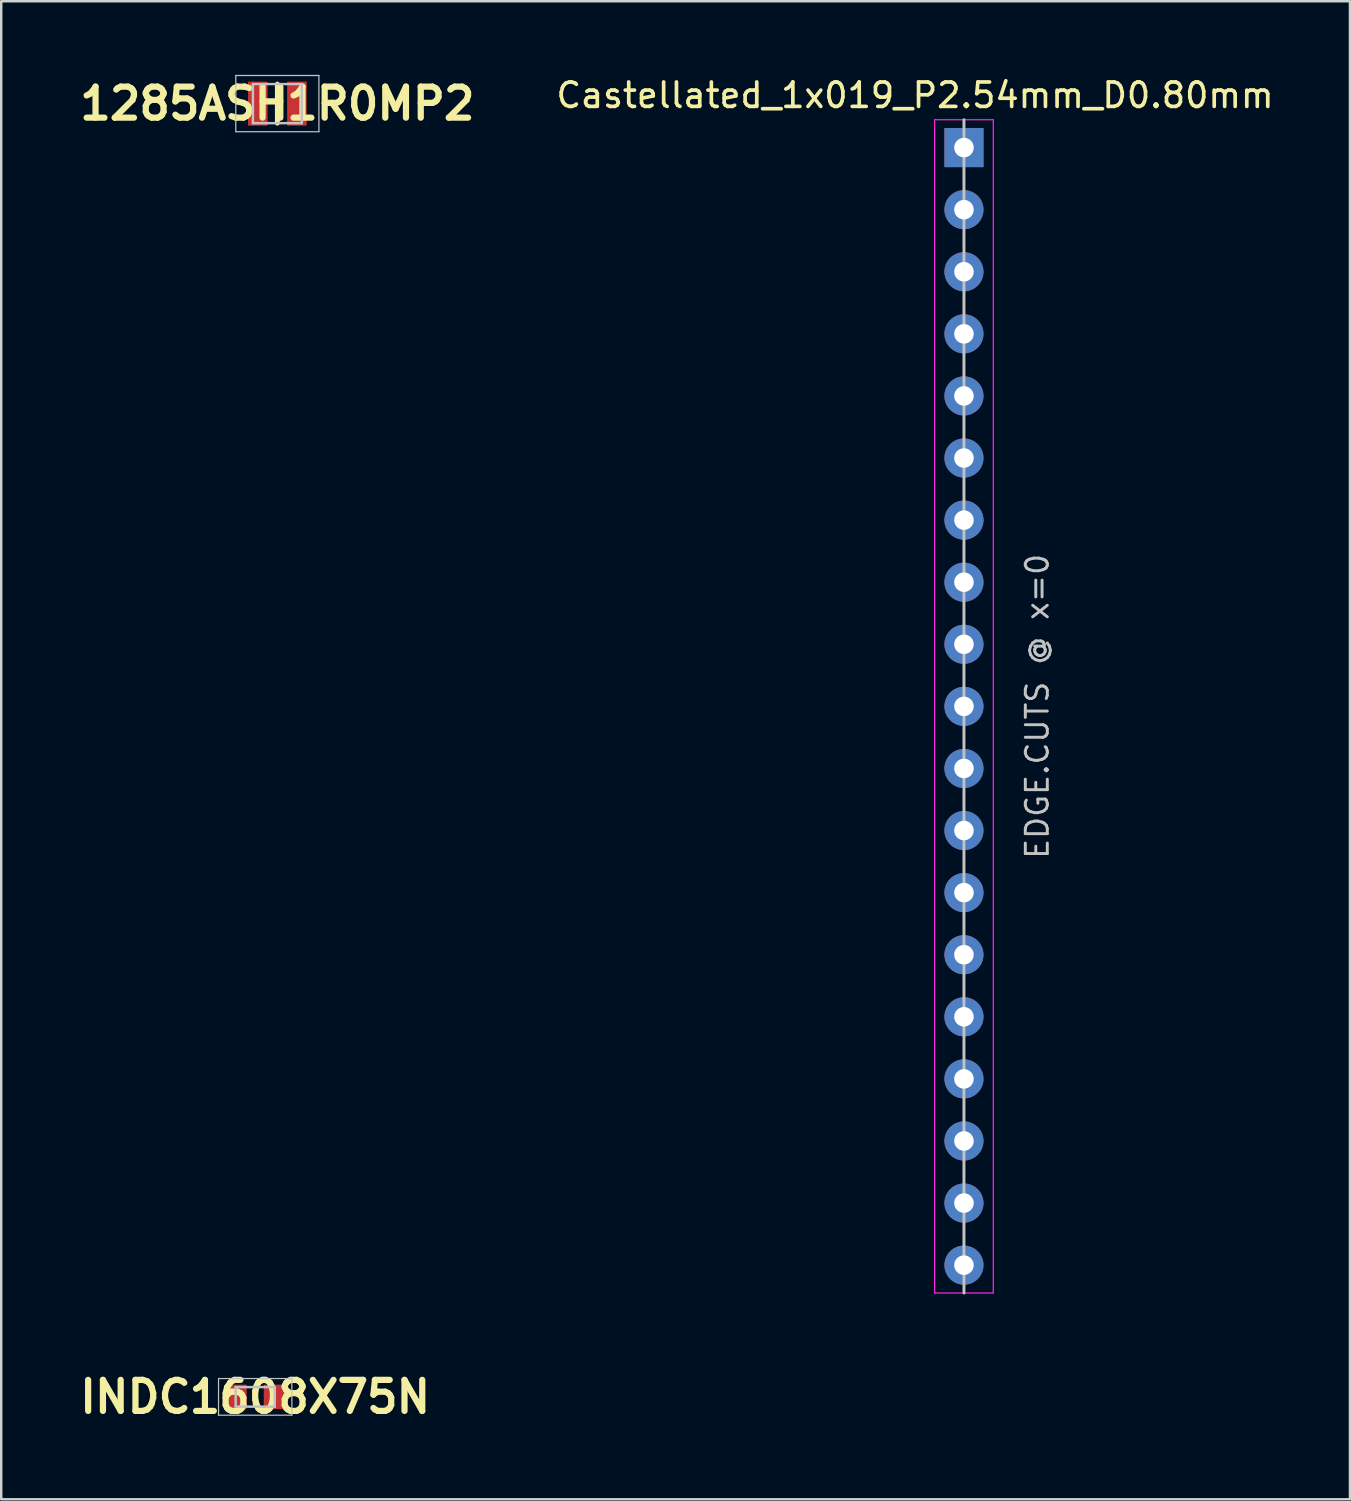
<source format=kicad_pcb>
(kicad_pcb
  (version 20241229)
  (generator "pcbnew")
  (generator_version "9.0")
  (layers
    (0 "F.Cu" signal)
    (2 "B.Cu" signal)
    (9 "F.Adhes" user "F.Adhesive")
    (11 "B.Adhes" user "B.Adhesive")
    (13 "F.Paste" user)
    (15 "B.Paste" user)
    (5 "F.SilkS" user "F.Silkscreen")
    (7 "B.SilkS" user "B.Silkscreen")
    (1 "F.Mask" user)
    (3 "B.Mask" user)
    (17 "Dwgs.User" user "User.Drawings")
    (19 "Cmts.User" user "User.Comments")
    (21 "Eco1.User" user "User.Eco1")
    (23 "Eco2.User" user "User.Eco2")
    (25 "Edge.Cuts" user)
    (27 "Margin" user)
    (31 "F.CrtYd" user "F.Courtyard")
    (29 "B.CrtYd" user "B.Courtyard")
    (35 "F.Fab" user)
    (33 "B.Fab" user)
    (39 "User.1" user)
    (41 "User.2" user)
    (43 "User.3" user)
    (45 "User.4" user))
  (footprint "Castellated_1x019_P2.54mm_D0.80mm"
    (layer "F.Cu")
    (at 36.386 25.848)
    (property "Reference" "Castellated_1x019_P2.54mm_D0.80mm" (at -2 -25 0) (layer "F.SilkS") (effects (font (size 1 1) (thickness 0.15))))
    (attr through_hole)
    (fp_line (start 0 -24) (end 0 24) (stroke (width 0.12) (type solid)) (layer "Dwgs.User"))
    (fp_line (start -1.2 -24) (end 1.2 -24) (stroke (width 0.05) (type solid)) (layer "F.CrtYd"))
    (fp_line (start -1.2 24) (end -1.2 -24) (stroke (width 0.05) (type solid)) (layer "F.CrtYd"))
    (fp_line (start 1.2 -24) (end 1.2 24) (stroke (width 0.05) (type solid)) (layer "F.CrtYd"))
    (fp_line (start 1.2 24) (end -1.2 24) (stroke (width 0.05) (type solid)) (layer "F.CrtYd"))
    (fp_text user "EDGE.CUTS @ x=0" (at 3 0 90) (layer "Dwgs.User") (effects (font (size 0.9 0.9) (thickness 0.12))))
    (pad "1" thru_hole rect (at 0 -22.86) (size 1.6 1.6) (drill 0.8) (layers "*.Cu" "*.Mask"))
    (pad "2" thru_hole circle (at 0 -20.32) (size 1.6 1.6) (drill 0.8) (layers "*.Cu" "*.Mask"))
    (pad "3" thru_hole circle (at 0 -17.78) (size 1.6 1.6) (drill 0.8) (layers "*.Cu" "*.Mask"))
    (pad "4" thru_hole circle (at 0 -15.24) (size 1.6 1.6) (drill 0.8) (layers "*.Cu" "*.Mask"))
    (pad "5" thru_hole circle (at 0 -12.7) (size 1.6 1.6) (drill 0.8) (layers "*.Cu" "*.Mask"))
    (pad "6" thru_hole circle (at 0 -10.16) (size 1.6 1.6) (drill 0.8) (layers "*.Cu" "*.Mask"))
    (pad "7" thru_hole circle (at 0 -7.62) (size 1.6 1.6) (drill 0.8) (layers "*.Cu" "*.Mask"))
    (pad "8" thru_hole circle (at 0 -5.08) (size 1.6 1.6) (drill 0.8) (layers "*.Cu" "*.Mask"))
    (pad "9" thru_hole circle (at 0 -2.54) (size 1.6 1.6) (drill 0.8) (layers "*.Cu" "*.Mask"))
    (pad "10" thru_hole circle (at 0 0) (size 1.6 1.6) (drill 0.8) (layers "*.Cu" "*.Mask"))
    (pad "11" thru_hole circle (at 0 2.54) (size 1.6 1.6) (drill 0.8) (layers "*.Cu" "*.Mask"))
    (pad "12" thru_hole circle (at 0 5.08) (size 1.6 1.6) (drill 0.8) (layers "*.Cu" "*.Mask"))
    (pad "13" thru_hole circle (at 0 7.62) (size 1.6 1.6) (drill 0.8) (layers "*.Cu" "*.Mask"))
    (pad "14" thru_hole circle (at 0 10.16) (size 1.6 1.6) (drill 0.8) (layers "*.Cu" "*.Mask"))
    (pad "15" thru_hole circle (at 0 12.7) (size 1.6 1.6) (drill 0.8) (layers "*.Cu" "*.Mask"))
    (pad "16" thru_hole circle (at 0 15.24) (size 1.6 1.6) (drill 0.8) (layers "*.Cu" "*.Mask"))
    (pad "17" thru_hole circle (at 0 17.78) (size 1.6 1.6) (drill 0.8) (layers "*.Cu" "*.Mask"))
    (pad "18" thru_hole circle (at 0 20.32) (size 1.6 1.6) (drill 0.8) (layers "*.Cu" "*.Mask"))
    (pad "19" thru_hole circle (at 0 22.86) (size 1.6 1.6) (drill 0.8) (layers "*.Cu" "*.Mask")))
  (footprint "1285ASH1R0MP2"
    (layer "F.Cu")
    (at 8.297 1.189)
    (property "Reference" "1285ASH1R0MP2" (at 0 0 0) (layer "F.SilkS") (effects (font (size 1.27 1.27) (thickness 0.254))))
    (attr smd)
    (fp_line (start 0 -0.8) (end 0 0.8) (stroke (width 0.2) (type solid)) (layer "F.SilkS"))
    (fp_line (start -1.7 -1.15) (end 1.7 -1.15) (stroke (width 0.05) (type solid)) (layer "Dwgs.User"))
    (fp_line (start -1.7 1.15) (end -1.7 -1.15) (stroke (width 0.05) (type solid)) (layer "Dwgs.User"))
    (fp_line (start -1 -0.8) (end 1 -0.8) (stroke (width 0.1) (type solid)) (layer "Dwgs.User"))
    (fp_line (start -1 0.8) (end -1 -0.8) (stroke (width 0.1) (type solid)) (layer "Dwgs.User"))
    (fp_line (start 1 -0.8) (end 1 0.8) (stroke (width 0.1) (type solid)) (layer "Dwgs.User"))
    (fp_line (start 1 0.8) (end -1 0.8) (stroke (width 0.1) (type solid)) (layer "Dwgs.User"))
    (fp_line (start 1.7 -1.15) (end 1.7 1.15) (stroke (width 0.05) (type solid)) (layer "Dwgs.User"))
    (fp_line (start 1.7 1.15) (end -1.7 1.15) (stroke (width 0.05) (type solid)) (layer "Dwgs.User"))
    (pad "1" smd rect (at -0.8 0) (size 0.8 1.8) (layers "F.Cu" "F.Mask" "F.Paste"))
    (pad "2" smd rect (at 0.8 0) (size 0.8 1.8) (layers "F.Cu" "F.Mask" "F.Paste")))
  (footprint "INDC1608X75N"
    (layer "F.Cu")
    (at 7.39 54.097)
    (property "Reference" "INDC1608X75N" (at 0 0 0) (layer "F.SilkS") (effects (font (size 1.27 1.27) (thickness 0.254))))
    (attr smd)
    (fp_line (start 0 -0.3) (end 0 0.3) (stroke (width 0.2) (type solid)) (layer "F.SilkS"))
    (fp_line (start -1.5 -0.75) (end 1.5 -0.75) (stroke (width 0.05) (type solid)) (layer "Dwgs.User"))
    (fp_line (start -1.5 0.75) (end -1.5 -0.75) (stroke (width 0.05) (type solid)) (layer "Dwgs.User"))
    (fp_line (start -0.8 -0.4) (end 0.8 -0.4) (stroke (width 0.1) (type solid)) (layer "Dwgs.User"))
    (fp_line (start -0.8 0.4) (end -0.8 -0.4) (stroke (width 0.1) (type solid)) (layer "Dwgs.User"))
    (fp_line (start 0.8 -0.4) (end 0.8 0.4) (stroke (width 0.1) (type solid)) (layer "Dwgs.User"))
    (fp_line (start 0.8 0.4) (end -0.8 0.4) (stroke (width 0.1) (type solid)) (layer "Dwgs.User"))
    (fp_line (start 1.5 -0.75) (end 1.5 0.75) (stroke (width 0.05) (type solid)) (layer "Dwgs.User"))
    (fp_line (start 1.5 0.75) (end -1.5 0.75) (stroke (width 0.05) (type solid)) (layer "Dwgs.User"))
    (pad "1" smd rect (at -0.8 0) (size 0.9 1) (layers "F.Cu" "F.Mask" "F.Paste"))
    (pad "2" smd rect (at 0.8 0) (size 0.9 1) (layers "F.Cu" "F.Mask" "F.Paste")))
  (gr_rect
    (start -3 -3)
    (end 52.178 58.286)
    (stroke (width 0.1) (type default))
    (fill no)
    (layer "Edge.Cuts")))
</source>
